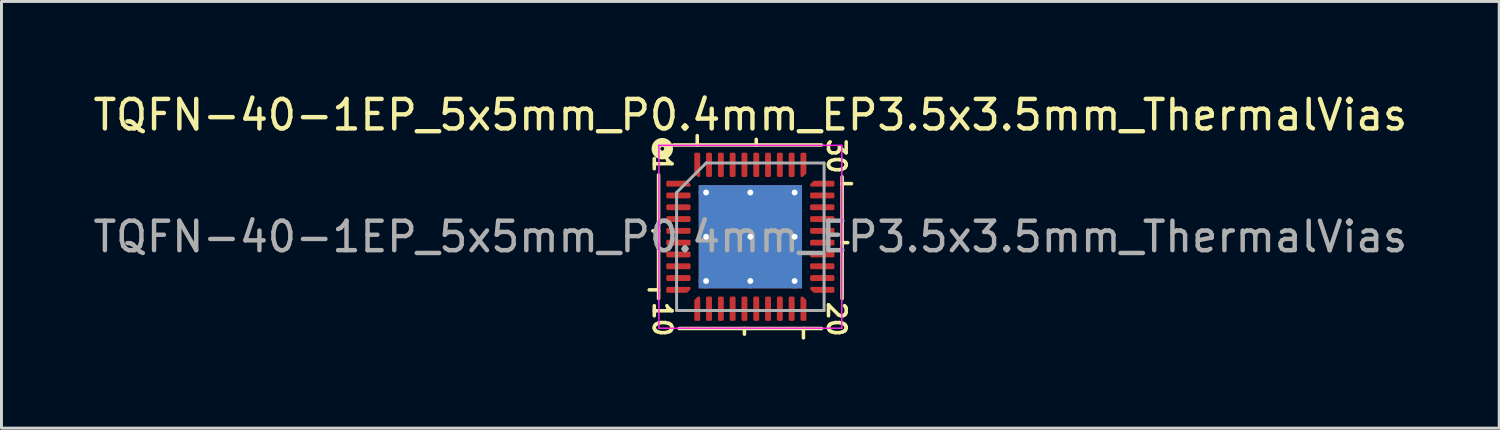
<source format=kicad_pcb>
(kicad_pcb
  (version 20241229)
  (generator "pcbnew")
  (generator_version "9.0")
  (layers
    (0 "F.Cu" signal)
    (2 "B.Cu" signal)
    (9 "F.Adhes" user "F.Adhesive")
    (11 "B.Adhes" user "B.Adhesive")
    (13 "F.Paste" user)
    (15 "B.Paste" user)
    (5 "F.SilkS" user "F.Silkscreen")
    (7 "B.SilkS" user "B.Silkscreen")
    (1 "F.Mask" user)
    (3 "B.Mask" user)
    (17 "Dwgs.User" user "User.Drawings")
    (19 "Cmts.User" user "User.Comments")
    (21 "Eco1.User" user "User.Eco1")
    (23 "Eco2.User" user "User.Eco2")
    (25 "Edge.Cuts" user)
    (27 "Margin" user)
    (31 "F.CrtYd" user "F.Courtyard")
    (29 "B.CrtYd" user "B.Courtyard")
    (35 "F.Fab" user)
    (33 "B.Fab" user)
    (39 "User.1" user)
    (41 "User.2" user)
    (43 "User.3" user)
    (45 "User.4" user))
  (footprint "TQFN-40-1EP_5x5mm_P0.4mm_EP3.5x3.5mm_ThermalVias"
    (layer "F.Cu")
    (at 22.387 4.976)
    (property "Reference" "TQFN-40-1EP_5x5mm_P0.4mm_EP3.5x3.5mm_ThermalVias" (at 0 -4.128 0) (layer "F.SilkS") (effects (font (size 1 1) (thickness 0.15))))
    (attr smd)
    (fp_line (start -3.111 -2.095) (end -3.111 2.095) (stroke (width 0.12) (type solid)) (layer "F.SilkS"))
    (fp_line (start -3.111 -0.2) (end -3.302 -0.2) (stroke (width 0.12) (type solid)) (layer "F.SilkS"))
    (fp_line (start -3.111 1.8) (end -3.429 1.8) (stroke (width 0.12) (type solid)) (layer "F.SilkS"))
    (fp_line (start -2.413 3.111) (end 2.413 3.111) (stroke (width 0.12) (type solid)) (layer "F.SilkS"))
    (fp_line (start -1.8 -3.111) (end -1.8 -3.429) (stroke (width 0.12) (type solid)) (layer "F.SilkS"))
    (fp_line (start -0.2 3.111) (end -0.2 3.302) (stroke (width 0.12) (type solid)) (layer "F.SilkS"))
    (fp_line (start 0.2 -3.111) (end 0.2 -3.302) (stroke (width 0.12) (type solid)) (layer "F.SilkS"))
    (fp_line (start 1.8 3.111) (end 1.8 3.429) (stroke (width 0.12) (type solid)) (layer "F.SilkS"))
    (fp_line (start 2.413 -3.111) (end -2.603 -3.111) (stroke (width 0.12) (type solid)) (layer "F.SilkS"))
    (fp_line (start 3.111 -1.8) (end 3.429 -1.8) (stroke (width 0.12) (type solid)) (layer "F.SilkS"))
    (fp_line (start 3.111 0.2) (end 3.302 0.2) (stroke (width 0.12) (type solid)) (layer "F.SilkS"))
    (fp_line (start 3.111 2.095) (end 3.111 -2.032) (stroke (width 0.12) (type solid)) (layer "F.SilkS"))
    (fp_circle (center -2.985 -2.985) (end -2.921 -2.985) (stroke (width 0.3) (type solid)) (fill no) (layer "F.SilkS"))
    (fp_line (start -3.1 -3.1) (end -3.1 3.1) (stroke (width 0.05) (type solid)) (layer "F.CrtYd"))
    (fp_line (start -3.1 3.1) (end 3.1 3.1) (stroke (width 0.05) (type solid)) (layer "F.CrtYd"))
    (fp_line (start 3.1 -3.1) (end -3.1 -3.1) (stroke (width 0.05) (type solid)) (layer "F.CrtYd"))
    (fp_line (start 3.1 3.1) (end 3.1 -3.1) (stroke (width 0.05) (type solid)) (layer "F.CrtYd"))
    (fp_line (start -2.5 -1.5) (end -1.5 -2.5) (stroke (width 0.1) (type solid)) (layer "F.Fab"))
    (fp_line (start -2.5 2.5) (end -2.5 -1.5) (stroke (width 0.1) (type solid)) (layer "F.Fab"))
    (fp_line (start -1.5 -2.5) (end 2.5 -2.5) (stroke (width 0.1) (type solid)) (layer "F.Fab"))
    (fp_line (start 2.5 -2.5) (end 2.5 2.5) (stroke (width 0.1) (type solid)) (layer "F.Fab"))
    (fp_line (start 2.5 2.5) (end -2.5 2.5) (stroke (width 0.1) (type solid)) (layer "F.Fab"))
    (fp_text user "1" (at -2.985 -2.477 270) (unlocked yes) (layer "F.SilkS") (effects (font (size 0.6 0.6) (thickness 0.12))))
    (fp_text user "20" (at 2.921 2.794 270) (unlocked yes) (layer "F.SilkS") (effects (font (size 0.6 0.6) (thickness 0.12))))
    (fp_text user "10" (at -2.985 2.794 270) (unlocked yes) (layer "F.SilkS") (effects (font (size 0.6 0.6) (thickness 0.12))))
    (fp_text user "30" (at 2.921 -2.731 270) (unlocked yes) (layer "F.SilkS") (effects (font (size 0.6 0.6) (thickness 0.12))))
    (fp_text user "${REFERENCE}" (at 0 0 0) (layer "F.Fab") (effects (font (size 1 1) (thickness 0.15))))
    (pad "" smd roundrect (at -0.875 -0.875) (size 1.52 1.52) (layers "F.Paste") (roundrect_rratio 0.164))
    (pad "" smd roundrect (at -0.875 0.875) (size 1.52 1.52) (layers "F.Paste") (roundrect_rratio 0.164))
    (pad "" smd roundrect (at 0.875 -0.875) (size 1.52 1.52) (layers "F.Paste") (roundrect_rratio 0.164))
    (pad "" smd roundrect (at 0.875 0.875) (size 1.52 1.52) (layers "F.Paste") (roundrect_rratio 0.164))
    (pad "1" smd custom (at -2.438 -1.8) (size 0.115 0.115) (layers "F.Cu" "F.Mask" "F.Paste") (options (anchor circle)) (primitives (gr_poly (pts (xy 0.372 0.037) (xy 0.372 0.06) (xy -0.372 0.06) (xy -0.372 -0.06) (xy 0.276 -0.06)) (width 0.08) (fill yes))))
    (pad "2" smd roundrect (at -2.438 -1.4) (size 0.825 0.2) (layers "F.Cu" "F.Mask" "F.Paste") (roundrect_rratio 0.25))
    (pad "3" smd roundrect (at -2.438 -1) (size 0.825 0.2) (layers "F.Cu" "F.Mask" "F.Paste") (roundrect_rratio 0.25))
    (pad "4" smd roundrect (at -2.438 -0.6) (size 0.825 0.2) (layers "F.Cu" "F.Mask" "F.Paste") (roundrect_rratio 0.25))
    (pad "5" smd roundrect (at -2.438 -0.2) (size 0.825 0.2) (layers "F.Cu" "F.Mask" "F.Paste") (roundrect_rratio 0.25))
    (pad "6" smd roundrect (at -2.438 0.2) (size 0.825 0.2) (layers "F.Cu" "F.Mask" "F.Paste") (roundrect_rratio 0.25))
    (pad "7" smd roundrect (at -2.438 0.6) (size 0.825 0.2) (layers "F.Cu" "F.Mask" "F.Paste") (roundrect_rratio 0.25))
    (pad "8" smd roundrect (at -2.438 1) (size 0.825 0.2) (layers "F.Cu" "F.Mask" "F.Paste") (roundrect_rratio 0.25))
    (pad "9" smd roundrect (at -2.438 1.4) (size 0.825 0.2) (layers "F.Cu" "F.Mask" "F.Paste") (roundrect_rratio 0.25))
    (pad "10" smd custom (at -2.438 1.8) (size 0.115 0.115) (layers "F.Cu" "F.Mask" "F.Paste") (options (anchor circle)) (primitives (gr_poly (pts (xy 0.372 -0.037) (xy 0.276 0.06) (xy -0.372 0.06) (xy -0.372 -0.06) (xy 0.372 -0.06)) (width 0.08) (fill yes))))
    (pad "11" smd custom (at -1.8 2.438) (size 0.115 0.115) (layers "F.Cu" "F.Mask" "F.Paste") (options (anchor circle)) (primitives (gr_poly (pts (xy 0.06 0.372) (xy -0.06 0.372) (xy -0.06 -0.276) (xy 0.037 -0.372) (xy 0.06 -0.372)) (width 0.08) (fill yes))))
    (pad "12" smd roundrect (at -1.4 2.438) (size 0.2 0.825) (layers "F.Cu" "F.Mask" "F.Paste") (roundrect_rratio 0.25))
    (pad "13" smd roundrect (at -1 2.438) (size 0.2 0.825) (layers "F.Cu" "F.Mask" "F.Paste") (roundrect_rratio 0.25))
    (pad "14" smd roundrect (at -0.6 2.438) (size 0.2 0.825) (layers "F.Cu" "F.Mask" "F.Paste") (roundrect_rratio 0.25))
    (pad "15" smd roundrect (at -0.2 2.438) (size 0.2 0.825) (layers "F.Cu" "F.Mask" "F.Paste") (roundrect_rratio 0.25))
    (pad "16" smd roundrect (at 0.2 2.438) (size 0.2 0.825) (layers "F.Cu" "F.Mask" "F.Paste") (roundrect_rratio 0.25))
    (pad "17" smd roundrect (at 0.6 2.438) (size 0.2 0.825) (layers "F.Cu" "F.Mask" "F.Paste") (roundrect_rratio 0.25))
    (pad "18" smd roundrect (at 1 2.438) (size 0.2 0.825) (layers "F.Cu" "F.Mask" "F.Paste") (roundrect_rratio 0.25))
    (pad "19" smd roundrect (at 1.4 2.438) (size 0.2 0.825) (layers "F.Cu" "F.Mask" "F.Paste") (roundrect_rratio 0.25))
    (pad "20" smd custom (at 1.8 2.438) (size 0.115 0.115) (layers "F.Cu" "F.Mask" "F.Paste") (options (anchor circle)) (primitives (gr_poly (pts (xy 0.06 -0.276) (xy 0.06 0.372) (xy -0.06 0.372) (xy -0.06 -0.372) (xy -0.037 -0.372)) (width 0.08) (fill yes))))
    (pad "21" smd custom (at 2.438 1.8) (size 0.115 0.115) (layers "F.Cu" "F.Mask" "F.Paste") (options (anchor circle)) (primitives (gr_poly (pts (xy 0.372 0.06) (xy -0.276 0.06) (xy -0.372 -0.037) (xy -0.372 -0.06) (xy 0.372 -0.06)) (width 0.08) (fill yes))))
    (pad "22" smd roundrect (at 2.438 1.4) (size 0.825 0.2) (layers "F.Cu" "F.Mask" "F.Paste") (roundrect_rratio 0.25))
    (pad "23" smd roundrect (at 2.438 1) (size 0.825 0.2) (layers "F.Cu" "F.Mask" "F.Paste") (roundrect_rratio 0.25))
    (pad "24" smd roundrect (at 2.438 0.6) (size 0.825 0.2) (layers "F.Cu" "F.Mask" "F.Paste") (roundrect_rratio 0.25))
    (pad "25" smd roundrect (at 2.438 0.2) (size 0.825 0.2) (layers "F.Cu" "F.Mask" "F.Paste") (roundrect_rratio 0.25))
    (pad "26" smd roundrect (at 2.438 -0.2) (size 0.825 0.2) (layers "F.Cu" "F.Mask" "F.Paste") (roundrect_rratio 0.25))
    (pad "27" smd roundrect (at 2.438 -0.6) (size 0.825 0.2) (layers "F.Cu" "F.Mask" "F.Paste") (roundrect_rratio 0.25))
    (pad "28" smd roundrect (at 2.438 -1) (size 0.825 0.2) (layers "F.Cu" "F.Mask" "F.Paste") (roundrect_rratio 0.25))
    (pad "29" smd roundrect (at 2.438 -1.4) (size 0.825 0.2) (layers "F.Cu" "F.Mask" "F.Paste") (roundrect_rratio 0.25))
    (pad "30" smd custom (at 2.438 -1.8) (size 0.115 0.115) (layers "F.Cu" "F.Mask" "F.Paste") (options (anchor circle)) (primitives (gr_poly (pts (xy 0.372 0.06) (xy -0.372 0.06) (xy -0.372 0.037) (xy -0.276 -0.06) (xy 0.372 -0.06)) (width 0.08) (fill yes))))
    (pad "31" smd custom (at 1.8 -2.438) (size 0.115 0.115) (layers "F.Cu" "F.Mask" "F.Paste") (options (anchor circle)) (primitives (gr_poly (pts (xy 0.06 0.276) (xy -0.037 0.372) (xy -0.06 0.372) (xy -0.06 -0.372) (xy 0.06 -0.372)) (width 0.08) (fill yes))))
    (pad "32" smd roundrect (at 1.4 -2.438) (size 0.2 0.825) (layers "F.Cu" "F.Mask" "F.Paste") (roundrect_rratio 0.25))
    (pad "33" smd roundrect (at 1 -2.438) (size 0.2 0.825) (layers "F.Cu" "F.Mask" "F.Paste") (roundrect_rratio 0.25))
    (pad "34" smd roundrect (at 0.6 -2.438) (size 0.2 0.825) (layers "F.Cu" "F.Mask" "F.Paste") (roundrect_rratio 0.25))
    (pad "35" smd roundrect (at 0.2 -2.438) (size 0.2 0.825) (layers "F.Cu" "F.Mask" "F.Paste") (roundrect_rratio 0.25))
    (pad "36" smd roundrect (at -0.2 -2.438) (size 0.2 0.825) (layers "F.Cu" "F.Mask" "F.Paste") (roundrect_rratio 0.25))
    (pad "37" smd roundrect (at -0.6 -2.438) (size 0.2 0.825) (layers "F.Cu" "F.Mask" "F.Paste") (roundrect_rratio 0.25))
    (pad "38" smd roundrect (at -1 -2.438) (size 0.2 0.825) (layers "F.Cu" "F.Mask" "F.Paste") (roundrect_rratio 0.25))
    (pad "39" smd roundrect (at -1.4 -2.438) (size 0.2 0.825) (layers "F.Cu" "F.Mask" "F.Paste") (roundrect_rratio 0.25))
    (pad "40" smd custom (at -1.8 -2.438) (size 0.115 0.115) (layers "F.Cu" "F.Mask" "F.Paste") (options (anchor circle)) (primitives (gr_poly (pts (xy 0.06 0.372) (xy 0.037 0.372) (xy -0.06 0.276) (xy -0.06 -0.372) (xy 0.06 -0.372)) (width 0.08) (fill yes))))
    (pad "41" thru_hole circle (at -1.5 -1.5) (size 0.5 0.5) (drill 0.2) (layers "*.Cu"))
    (pad "41" thru_hole circle (at -1.5 0) (size 0.5 0.5) (drill 0.2) (layers "*.Cu"))
    (pad "41" thru_hole circle (at -1.5 1.5) (size 0.5 0.5) (drill 0.2) (layers "*.Cu"))
    (pad "41" thru_hole circle (at 0 -1.5) (size 0.5 0.5) (drill 0.2) (layers "*.Cu"))
    (pad "41" thru_hole circle (at 0 0) (size 0.5 0.5) (drill 0.2) (layers "*.Cu"))
    (pad "41" smd rect (at 0 0) (size 3.5 3.5) (layers "F.Cu" "F.Mask"))
    (pad "41" smd rect (at 0 0) (size 3.5 3.5) (layers "B.Cu" "B.Mask"))
    (pad "41" thru_hole circle (at 0 1.5) (size 0.5 0.5) (drill 0.2) (layers "*.Cu"))
    (pad "41" thru_hole circle (at 1.5 -1.5) (size 0.5 0.5) (drill 0.2) (layers "*.Cu"))
    (pad "41" thru_hole circle (at 1.5 0) (size 0.5 0.5) (drill 0.2) (layers "*.Cu"))
    (pad "41" thru_hole circle (at 1.5 1.5) (size 0.5 0.5) (drill 0.2) (layers "*.Cu")))
  (gr_rect
    (start -3 -3)
    (end 47.774 11.465)
    (stroke (width 0.1) (type default))
    (fill no)
    (layer "Edge.Cuts")))
</source>
